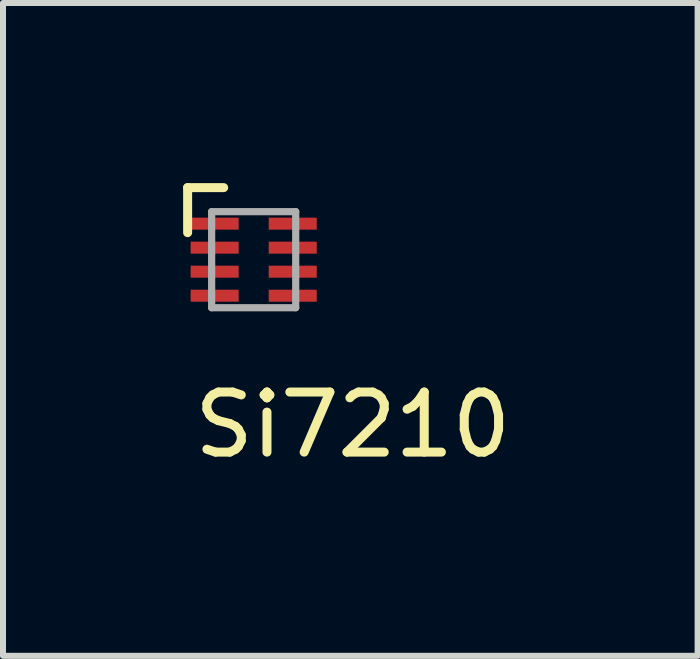
<source format=kicad_pcb>
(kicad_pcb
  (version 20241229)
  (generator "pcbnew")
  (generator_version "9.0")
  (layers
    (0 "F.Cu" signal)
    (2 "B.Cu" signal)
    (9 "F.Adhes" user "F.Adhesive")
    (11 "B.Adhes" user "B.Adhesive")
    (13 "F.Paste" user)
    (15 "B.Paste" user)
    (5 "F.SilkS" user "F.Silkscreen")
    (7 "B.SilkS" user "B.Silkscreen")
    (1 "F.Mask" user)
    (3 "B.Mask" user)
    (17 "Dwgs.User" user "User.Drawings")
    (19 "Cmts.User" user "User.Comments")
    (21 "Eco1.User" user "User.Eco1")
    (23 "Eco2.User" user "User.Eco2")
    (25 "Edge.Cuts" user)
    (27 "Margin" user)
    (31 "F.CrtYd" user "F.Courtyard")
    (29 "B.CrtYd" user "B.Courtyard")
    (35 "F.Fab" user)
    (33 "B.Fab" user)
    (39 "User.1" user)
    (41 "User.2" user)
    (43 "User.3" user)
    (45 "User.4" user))
  (footprint "Si7210"
    (layer "F.Cu")
    (at 1.175 1.275)
    (property "Reference" "Si7210" (at 1.65 2.75 0) (layer "F.SilkS") (effects (font (size 1 1) (thickness 0.15))))
    (attr through_hole)
    (fp_line (start -1.1 -1.2) (end -1.1 -0.45) (stroke (width 0.15) (type solid)) (layer "F.SilkS"))
    (fp_line (start -0.5 -1.2) (end -1.1 -1.2) (stroke (width 0.15) (type solid)) (layer "F.SilkS"))
    (fp_line (start -0.7 -0.8) (end 0.7 -0.8) (stroke (width 0.12) (type solid)) (layer "F.Fab"))
    (fp_line (start -0.7 0.8) (end -0.7 -0.8) (stroke (width 0.12) (type solid)) (layer "F.Fab"))
    (fp_line (start 0.7 -0.8) (end 0.7 0.8) (stroke (width 0.12) (type solid)) (layer "F.Fab"))
    (fp_line (start 0.7 0.8) (end -0.7 0.8) (stroke (width 0.12) (type solid)) (layer "F.Fab"))
    (pad "1" smd rect (at -0.65 -0.6) (size 0.8 0.2) (layers "F.Cu" "F.Mask" "F.Paste"))
    (pad "2" smd rect (at -0.65 -0.2) (size 0.8 0.2) (layers "F.Cu" "F.Mask" "F.Paste"))
    (pad "3" smd rect (at -0.65 0.2) (size 0.8 0.2) (layers "F.Cu" "F.Mask" "F.Paste"))
    (pad "4" smd rect (at -0.65 0.6) (size 0.8 0.2) (layers "F.Cu" "F.Mask" "F.Paste"))
    (pad "5" smd rect (at 0.65 0.6) (size 0.8 0.2) (layers "F.Cu" "F.Mask" "F.Paste"))
    (pad "6" smd rect (at 0.65 0.2) (size 0.8 0.2) (layers "F.Cu" "F.Mask" "F.Paste"))
    (pad "7" smd rect (at 0.65 -0.2) (size 0.8 0.2) (layers "F.Cu" "F.Mask" "F.Paste"))
    (pad "8" smd rect (at 0.65 -0.6) (size 0.8 0.2) (layers "F.Cu" "F.Mask" "F.Paste")))
  (gr_rect
    (start -3 -3)
    (end 8.569 7.873)
    (stroke (width 0.1) (type default))
    (fill no)
    (layer "Edge.Cuts")))
</source>
